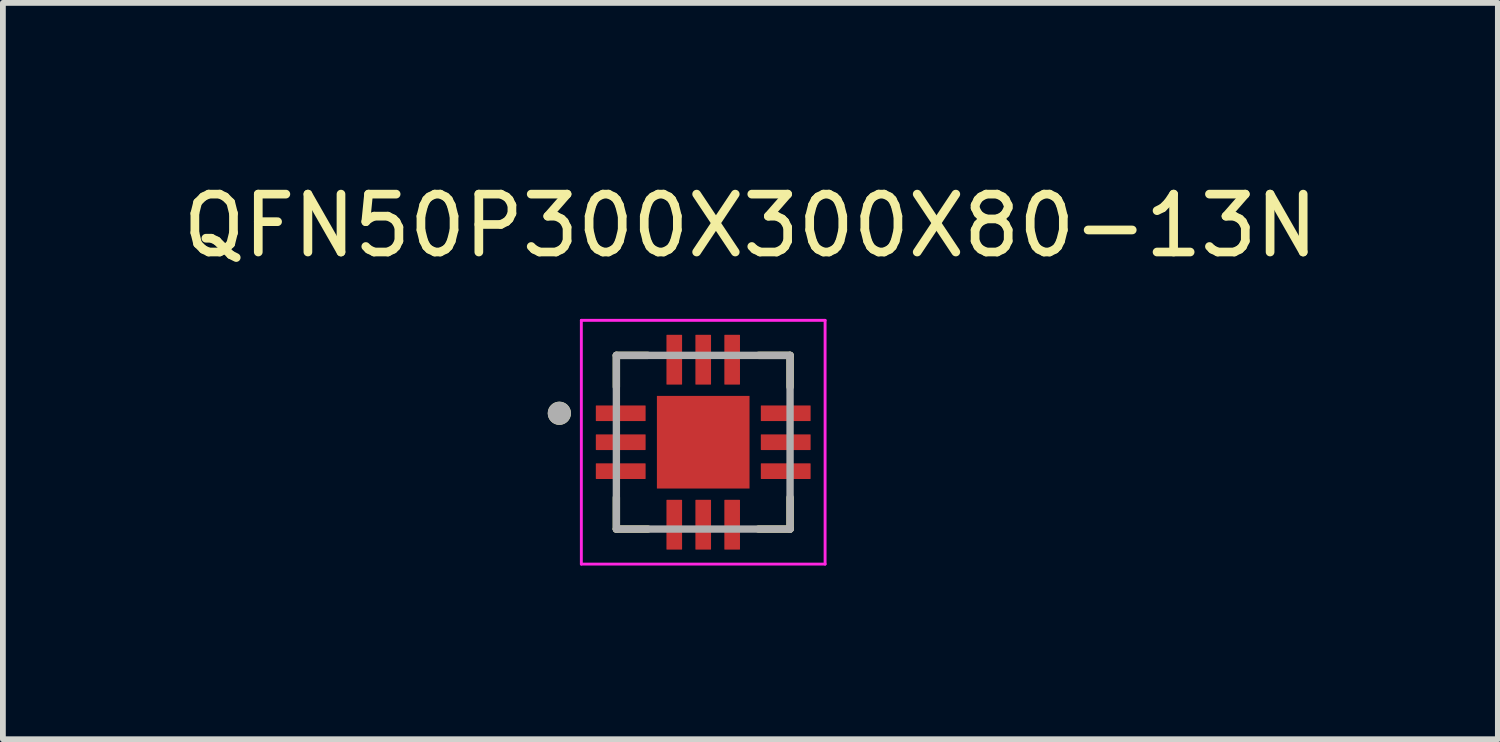
<source format=kicad_pcb>
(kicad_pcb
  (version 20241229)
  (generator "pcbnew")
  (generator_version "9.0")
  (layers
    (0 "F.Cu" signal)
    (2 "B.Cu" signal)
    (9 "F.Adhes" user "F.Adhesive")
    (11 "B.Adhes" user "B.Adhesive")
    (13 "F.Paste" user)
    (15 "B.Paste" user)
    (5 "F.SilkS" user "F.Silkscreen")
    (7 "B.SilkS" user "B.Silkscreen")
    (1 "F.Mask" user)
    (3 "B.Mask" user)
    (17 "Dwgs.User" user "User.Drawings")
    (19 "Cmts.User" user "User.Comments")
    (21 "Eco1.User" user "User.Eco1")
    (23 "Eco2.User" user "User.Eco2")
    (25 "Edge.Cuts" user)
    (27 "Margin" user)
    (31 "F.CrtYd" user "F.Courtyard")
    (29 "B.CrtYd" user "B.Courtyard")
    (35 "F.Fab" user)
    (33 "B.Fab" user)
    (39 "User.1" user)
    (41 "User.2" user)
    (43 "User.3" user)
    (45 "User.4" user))
  (footprint "QFN50P300X300X80-13N"
    (layer "F.Cu")
    (at 9.096 4.588)
    (property "Reference" "QFN50P300X300X80-13N" (at 0.815 -3.74 0) (layer "F.SilkS") (effects (font (size 1 1) (thickness 0.15))))
    (attr through_hole)
    (fp_line (start -1.5 -1.5) (end -1.5 -0.955) (stroke (width 0.127) (type solid)) (layer "F.SilkS"))
    (fp_line (start -1.5 -1.5) (end -0.955 -1.5) (stroke (width 0.127) (type solid)) (layer "F.SilkS"))
    (fp_line (start -1.5 1.5) (end -1.5 0.955) (stroke (width 0.127) (type solid)) (layer "F.SilkS"))
    (fp_line (start -1.5 1.5) (end -0.955 1.5) (stroke (width 0.127) (type solid)) (layer "F.SilkS"))
    (fp_line (start 1.5 -1.5) (end 0.955 -1.5) (stroke (width 0.127) (type solid)) (layer "F.SilkS"))
    (fp_line (start 1.5 -1.5) (end 1.5 -0.955) (stroke (width 0.127) (type solid)) (layer "F.SilkS"))
    (fp_line (start 1.5 1.5) (end 0.955 1.5) (stroke (width 0.127) (type solid)) (layer "F.SilkS"))
    (fp_line (start 1.5 1.5) (end 1.5 0.955) (stroke (width 0.127) (type solid)) (layer "F.SilkS"))
    (fp_circle (center -2.485 -0.5) (end -2.385 -0.5) (stroke (width 0.2) (type solid)) (fill no) (layer "F.SilkS"))
    (fp_poly (pts (xy -0.51 -0.51) (xy 0.51 -0.51) (xy 0.51 0.51) (xy -0.51 0.51)) (stroke (width 0.01) (type solid)) (fill yes) (layer "F.Paste"))
    (fp_line (start -2.105 -2.105) (end 2.105 -2.105) (stroke (width 0.05) (type solid)) (layer "F.CrtYd"))
    (fp_line (start -2.105 2.105) (end -2.105 -2.105) (stroke (width 0.05) (type solid)) (layer "F.CrtYd"))
    (fp_line (start -2.105 2.105) (end 2.105 2.105) (stroke (width 0.05) (type solid)) (layer "F.CrtYd"))
    (fp_line (start 2.105 2.105) (end 2.105 -2.105) (stroke (width 0.05) (type solid)) (layer "F.CrtYd"))
    (fp_line (start -1.5 1.5) (end -1.5 -1.5) (stroke (width 0.127) (type solid)) (layer "F.Fab"))
    (fp_line (start 1.5 -1.5) (end -1.5 -1.5) (stroke (width 0.127) (type solid)) (layer "F.Fab"))
    (fp_line (start 1.5 1.5) (end -1.5 1.5) (stroke (width 0.127) (type solid)) (layer "F.Fab"))
    (fp_line (start 1.5 1.5) (end 1.5 -1.5) (stroke (width 0.127) (type solid)) (layer "F.Fab"))
    (fp_circle (center -2.485 -0.5) (end -2.385 -0.5) (stroke (width 0.2) (type solid)) (fill no) (layer "F.Fab"))
    (pad "1" smd roundrect (at -1.425 -0.5) (size 0.86 0.27) (layers "F.Cu" "F.Mask" "F.Paste") (roundrect_rratio 0.03))
    (pad "2" smd roundrect (at -1.425 0) (size 0.86 0.27) (layers "F.Cu" "F.Mask" "F.Paste") (roundrect_rratio 0.03))
    (pad "3" smd roundrect (at -1.425 0.5) (size 0.86 0.27) (layers "F.Cu" "F.Mask" "F.Paste") (roundrect_rratio 0.03))
    (pad "4" smd roundrect (at -0.5 1.425 90) (size 0.86 0.27) (layers "F.Cu" "F.Mask" "F.Paste") (roundrect_rratio 0.03))
    (pad "5" smd roundrect (at 0 1.425 90) (size 0.86 0.27) (layers "F.Cu" "F.Mask" "F.Paste") (roundrect_rratio 0.03))
    (pad "6" smd roundrect (at 0.5 1.425 90) (size 0.86 0.27) (layers "F.Cu" "F.Mask" "F.Paste") (roundrect_rratio 0.03))
    (pad "7" smd roundrect (at 1.425 0.5) (size 0.86 0.27) (layers "F.Cu" "F.Mask" "F.Paste") (roundrect_rratio 0.03))
    (pad "8" smd roundrect (at 1.425 0) (size 0.86 0.27) (layers "F.Cu" "F.Mask" "F.Paste") (roundrect_rratio 0.03))
    (pad "9" smd roundrect (at 1.425 -0.5) (size 0.86 0.27) (layers "F.Cu" "F.Mask" "F.Paste") (roundrect_rratio 0.03))
    (pad "10" smd roundrect (at 0.5 -1.425 90) (size 0.86 0.27) (layers "F.Cu" "F.Mask" "F.Paste") (roundrect_rratio 0.03))
    (pad "11" smd roundrect (at 0 -1.425 90) (size 0.86 0.27) (layers "F.Cu" "F.Mask" "F.Paste") (roundrect_rratio 0.03))
    (pad "12" smd roundrect (at -0.5 -1.425 90) (size 0.86 0.27) (layers "F.Cu" "F.Mask" "F.Paste") (roundrect_rratio 0.03))
    (pad "13" smd rect (at 0 0) (size 1.6 1.6) (layers "F.Cu" "F.Mask")))
  (gr_rect
    (start -3 -3)
    (end 22.821 9.718)
    (stroke (width 0.1) (type default))
    (fill no)
    (layer "Edge.Cuts")))
</source>
